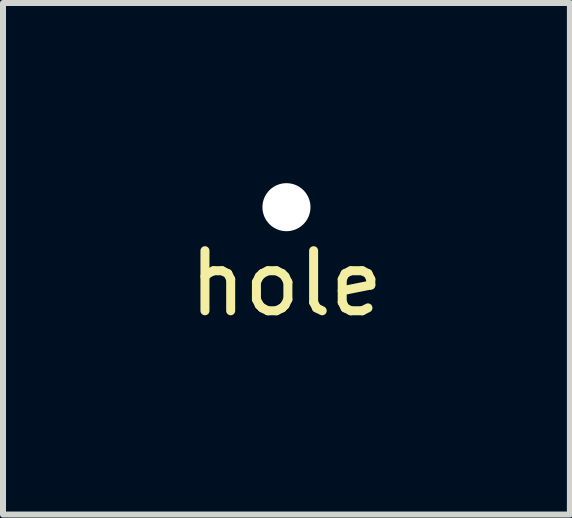
<source format=kicad_pcb>
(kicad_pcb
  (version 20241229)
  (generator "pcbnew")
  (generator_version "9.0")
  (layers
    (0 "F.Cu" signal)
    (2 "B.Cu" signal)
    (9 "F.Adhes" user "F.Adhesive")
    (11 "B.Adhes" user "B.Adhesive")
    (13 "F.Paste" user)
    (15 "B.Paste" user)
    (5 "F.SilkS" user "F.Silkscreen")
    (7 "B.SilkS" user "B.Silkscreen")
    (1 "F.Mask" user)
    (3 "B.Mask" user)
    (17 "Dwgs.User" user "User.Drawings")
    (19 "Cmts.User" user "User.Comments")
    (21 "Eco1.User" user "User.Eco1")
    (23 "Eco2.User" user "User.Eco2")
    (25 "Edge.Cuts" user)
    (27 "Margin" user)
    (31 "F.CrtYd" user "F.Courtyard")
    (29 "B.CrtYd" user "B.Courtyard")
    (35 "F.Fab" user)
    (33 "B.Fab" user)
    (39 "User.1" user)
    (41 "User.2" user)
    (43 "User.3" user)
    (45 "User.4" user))
  (footprint "hole"
    (layer "F.Cu")
    (at 1.72 0.4)
    (property "Reference" "hole" (at 0 1.27 0) (layer "F.SilkS") (effects (font (size 1 1) (thickness 0.15))))
    (attr through_hole)
    (pad "" np_thru_hole circle (at 0 0) (size 0.8 0.8) (drill 0.8) (layers "*.Cu" "*.Mask")))
  (gr_rect
    (start -3 -3)
    (end 6.44 5.518)
    (stroke (width 0.1) (type default))
    (fill no)
    (layer "Edge.Cuts")))
</source>
